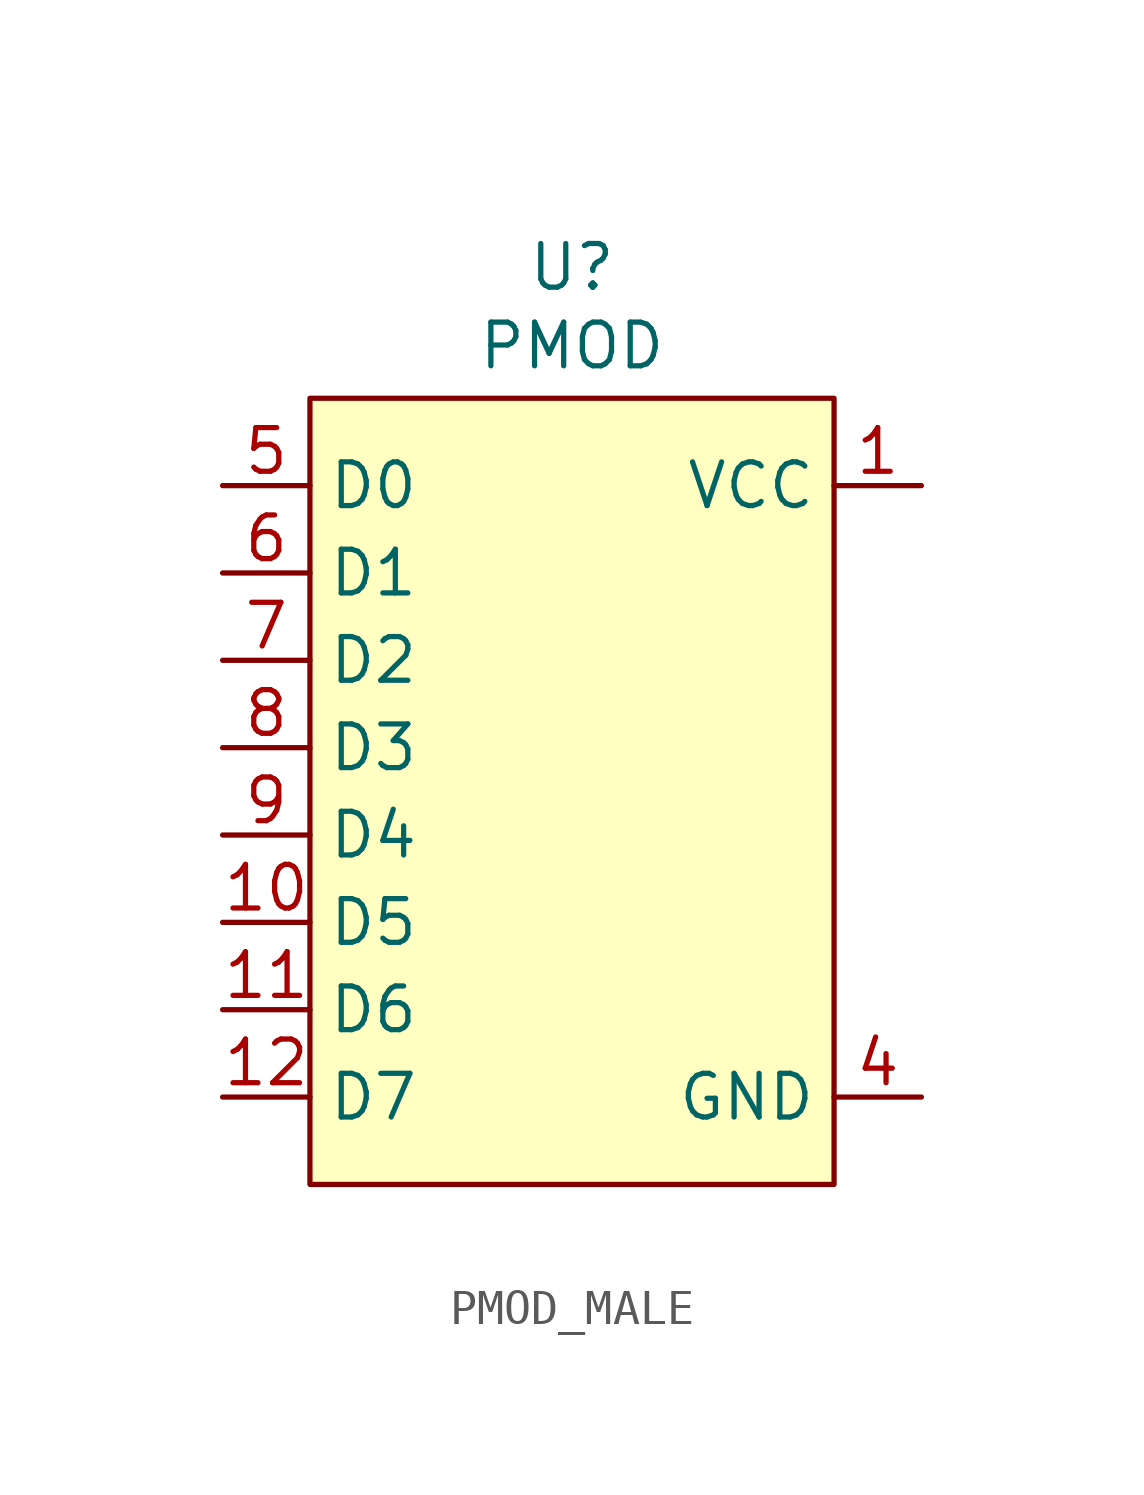
<source format=kicad_sym>
(kicad_symbol_lib
  (version 20241209)
  (generator "kicad_symbol_editor")
  (generator_version "9.0")
  (symbol "PMOD_MALE"
    (property "Reference" "U"
      (at 0 3.81 0)
      (effects (font (size 1.27 1.27))))
    (property "Value" "PMOD"
      (at 0 1.524 0)
      (effects (font (size 1.27 1.27))))
    (symbol "PMOD_MALE_1_1"
      (rectangle (start -7.62 0) (end 7.62 -22.86) (stroke (width 0) (type default)) (fill (type background)))
      (pin bidirectional line (at -10.16 -2.54 0) (length 2.54) (name "D0" (effects (font (size 1.27 1.27)))) (number "5" (effects (font (size 1.27 1.27)))))
      (pin bidirectional line (at -10.16 -5.08 0) (length 2.54) (name "D1" (effects (font (size 1.27 1.27)))) (number "6" (effects (font (size 1.27 1.27)))))
      (pin bidirectional line (at -10.16 -7.62 0) (length 2.54) (name "D2" (effects (font (size 1.27 1.27)))) (number "7" (effects (font (size 1.27 1.27)))))
      (pin bidirectional line (at -10.16 -10.16 0) (length 2.54) (name "D3" (effects (font (size 1.27 1.27)))) (number "8" (effects (font (size 1.27 1.27)))))
      (pin bidirectional line (at -10.16 -12.7 0) (length 2.54) (name "D4" (effects (font (size 1.27 1.27)))) (number "9" (effects (font (size 1.27 1.27)))))
      (pin bidirectional line (at -10.16 -15.24 0) (length 2.54) (name "D5" (effects (font (size 1.27 1.27)))) (number "10" (effects (font (size 1.27 1.27)))))
      (pin bidirectional line (at -10.16 -17.78 0) (length 2.54) (name "D6" (effects (font (size 1.27 1.27)))) (number "11" (effects (font (size 1.27 1.27)))))
      (pin bidirectional line (at -10.16 -20.32 0) (length 2.54) (name "D7" (effects (font (size 1.27 1.27)))) (number "12" (effects (font (size 1.27 1.27)))))
      (pin power_in line (at 10.16 -2.54 180) (length 2.54) (name "VCC" (effects (font (size 1.27 1.27)))) (number "1" (effects (font (size 1.27 1.27)))))
      (pin passive line (at 10.16 -2.54 180) (length 2.54) (hide yes) (name "VCC" (effects (font (size 1.27 1.27)))) (number "2" (effects (font (size 1.27 1.27)))))
      (pin passive line (at 10.16 -20.32 180) (length 2.54) (hide yes) (name "GND" (effects (font (size 1.27 1.27)))) (number "3" (effects (font (size 1.27 1.27)))))
      (pin passive line (at 10.16 -20.32 180) (length 2.54) (name "GND" (effects (font (size 1.27 1.27)))) (number "4" (effects (font (size 1.27 1.27))))))))
</source>
